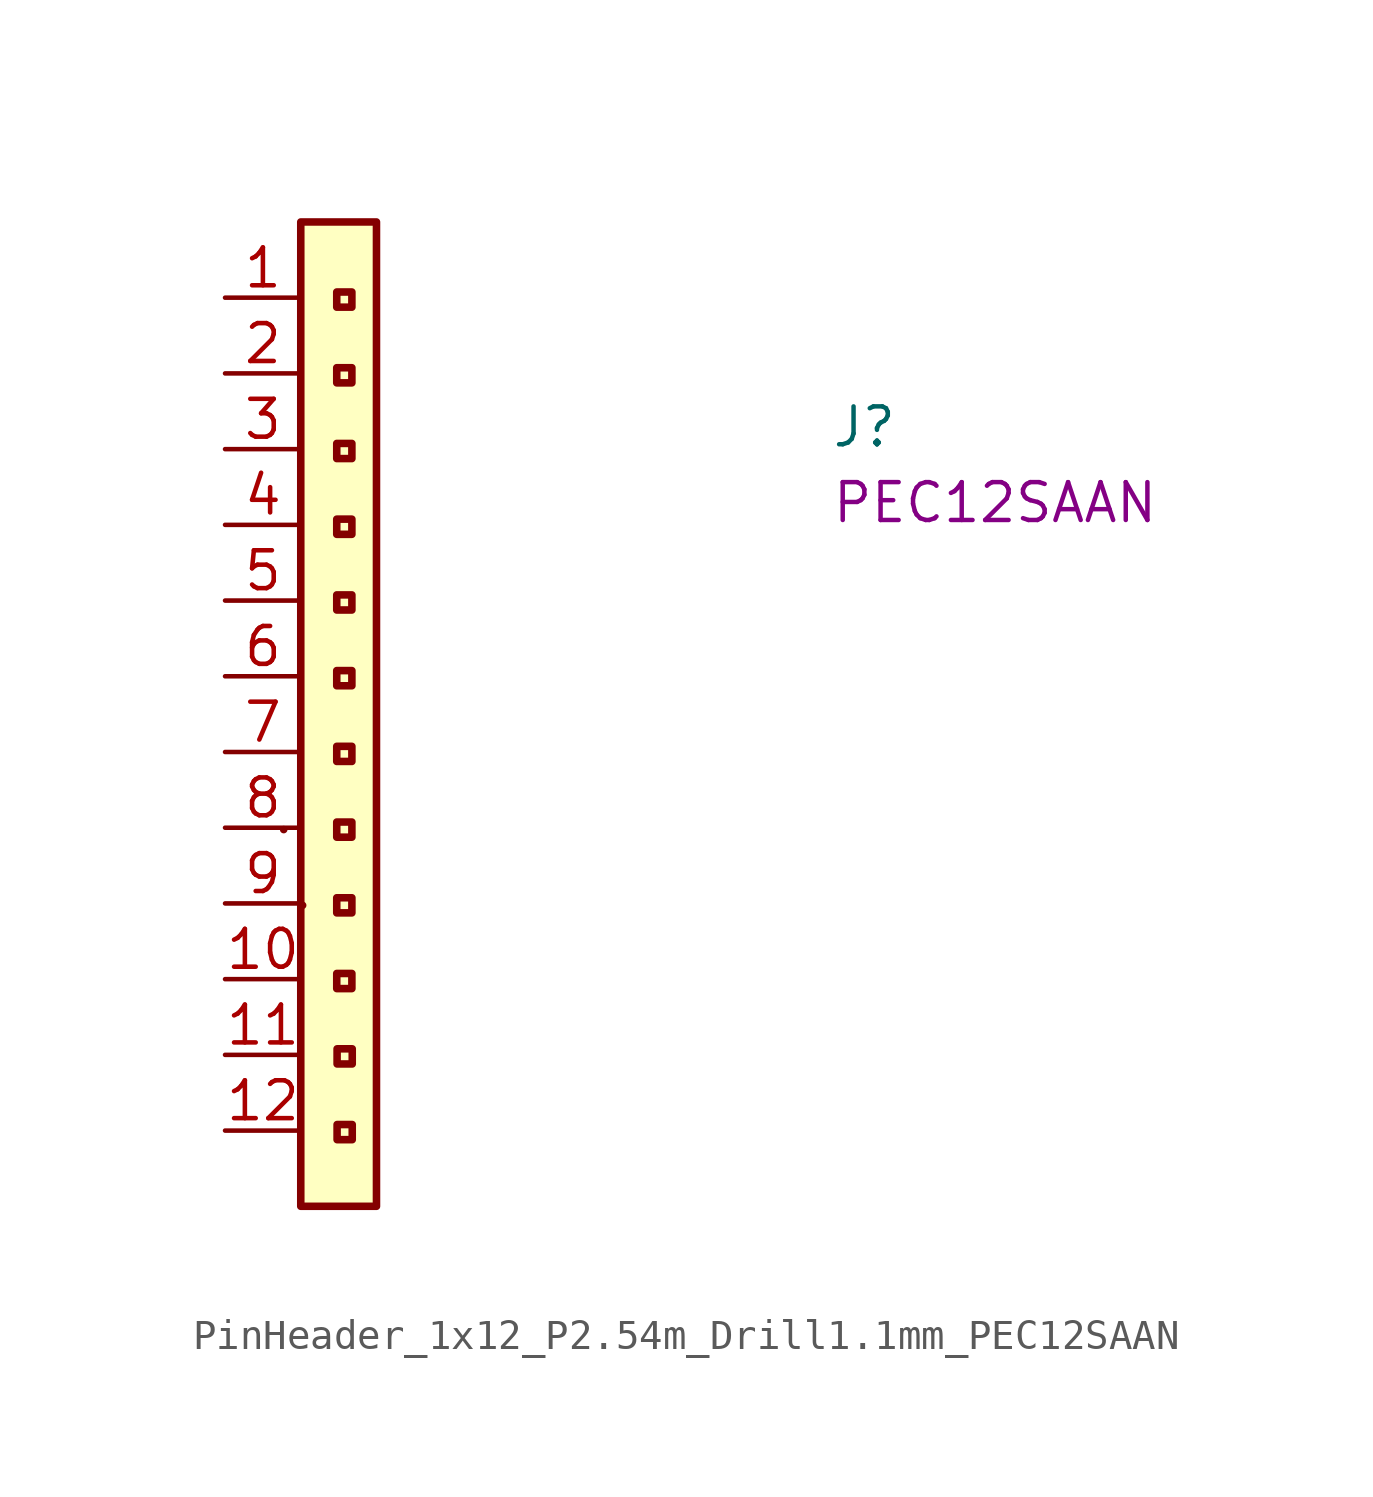
<source format=kicad_sym>
(kicad_symbol_lib
  (version 20220914)
  (generator kicad_symbol_editor)
  (symbol "PinHeader_1x12_P2.54m_Drill1.1mm_PEC12SAAN"
    (property "Reference" "J"
      (at 20.32 -5.08 0)
      (effects (font (size 1.27 1.27) (thickness 0.15)) (justify left bottom)))
    (property "MPN" "PEC12SAAN"
      (at 20.32 -7.62 0)
      (effects (font (size 1.27 1.27) (thickness 0.15)) (justify left bottom)))
    (symbol "PinHeader_1x12_P2.54m_Drill1.1mm_PEC12SAAN_1_1"
      (rectangle (start 1.968 -17.843) (end 1.968 -17.843) (stroke (width 0.254) (type default)) (fill (type background)))
      (rectangle (start 2.54 2.54) (end 5.08 -30.48) (stroke (width 0.254) (type default)) (fill (type background)))
      (rectangle (start 2.603 -20.384) (end 2.603 -20.384) (stroke (width 0.254) (type default)) (fill (type background)))
      (rectangle (start 3.747 -22.669) (end 4.255 -23.177) (stroke (width 0.254) (type default)) (fill (type background)))
      (rectangle (start 3.759 -27.737) (end 4.267 -28.245) (stroke (width 0.254) (type default)) (fill (type background)))
      (rectangle (start 3.759 -25.197) (end 4.267 -25.705) (stroke (width 0.254) (type default)) (fill (type background)))
      (rectangle (start 4.255 -20.637) (end 3.747 -20.13) (stroke (width 0.254) (type default)) (fill (type background)))
      (rectangle (start 4.255 -18.098) (end 3.747 -17.59) (stroke (width 0.254) (type default)) (fill (type background)))
      (rectangle (start 4.255 -15.557) (end 3.747 -15.05) (stroke (width 0.254) (type default)) (fill (type background)))
      (rectangle (start 4.255 -13.018) (end 3.747 -12.509) (stroke (width 0.254) (type default)) (fill (type background)))
      (rectangle (start 4.255 -10.477) (end 3.747 -9.97) (stroke (width 0.254) (type default)) (fill (type background)))
      (rectangle (start 4.255 -7.938) (end 3.747 -7.429) (stroke (width 0.254) (type default)) (fill (type background)))
      (rectangle (start 4.255 -5.397) (end 3.747 -4.889) (stroke (width 0.254) (type default)) (fill (type background)))
      (rectangle (start 4.255 -2.857) (end 3.747 -2.349) (stroke (width 0.254) (type default)) (fill (type background)))
      (rectangle (start 4.255 -0.318) (end 3.747 0.191) (stroke (width 0.254) (type default)) (fill (type background)))
      (pin passive line (at 0 0 0) (length 2.54) (name "~" (effects (font (size 1.27 1.27)))) (number "1" (effects (font (size 1.27 1.27)))))
      (pin passive line (at 0 -22.86 0) (length 2.54) (name "~" (effects (font (size 1.27 1.27)))) (number "10" (effects (font (size 1.27 1.27)))))
      (pin passive line (at 0 -25.4 0) (length 2.54) (name "~" (effects (font (size 1.27 1.27)))) (number "11" (effects (font (size 1.27 1.27)))))
      (pin passive line (at 0 -27.94 0) (length 2.54) (name "~" (effects (font (size 1.27 1.27)))) (number "12" (effects (font (size 1.27 1.27)))))
      (pin passive line (at 0 -2.54 0) (length 2.54) (name "~" (effects (font (size 1.27 1.27)))) (number "2" (effects (font (size 1.27 1.27)))))
      (pin passive line (at 0 -5.08 0) (length 2.54) (name "~" (effects (font (size 1.27 1.27)))) (number "3" (effects (font (size 1.27 1.27)))))
      (pin passive line (at 0 -7.62 0) (length 2.54) (name "~" (effects (font (size 1.27 1.27)))) (number "4" (effects (font (size 1.27 1.27)))))
      (pin passive line (at 0 -10.16 0) (length 2.54) (name "~" (effects (font (size 1.27 1.27)))) (number "5" (effects (font (size 1.27 1.27)))))
      (pin passive line (at 0 -12.7 0) (length 2.54) (name "~" (effects (font (size 1.27 1.27)))) (number "6" (effects (font (size 1.27 1.27)))))
      (pin passive line (at 0 -15.24 0) (length 2.54) (name "~" (effects (font (size 1.27 1.27)))) (number "7" (effects (font (size 1.27 1.27)))))
      (pin passive line (at 0 -17.78 0) (length 2.54) (name "~" (effects (font (size 1.27 1.27)))) (number "8" (effects (font (size 1.27 1.27)))))
      (pin passive line (at 0 -20.32 0) (length 2.54) (name "~" (effects (font (size 1.27 1.27)))) (number "9" (effects (font (size 1.27 1.27))))))))
</source>
